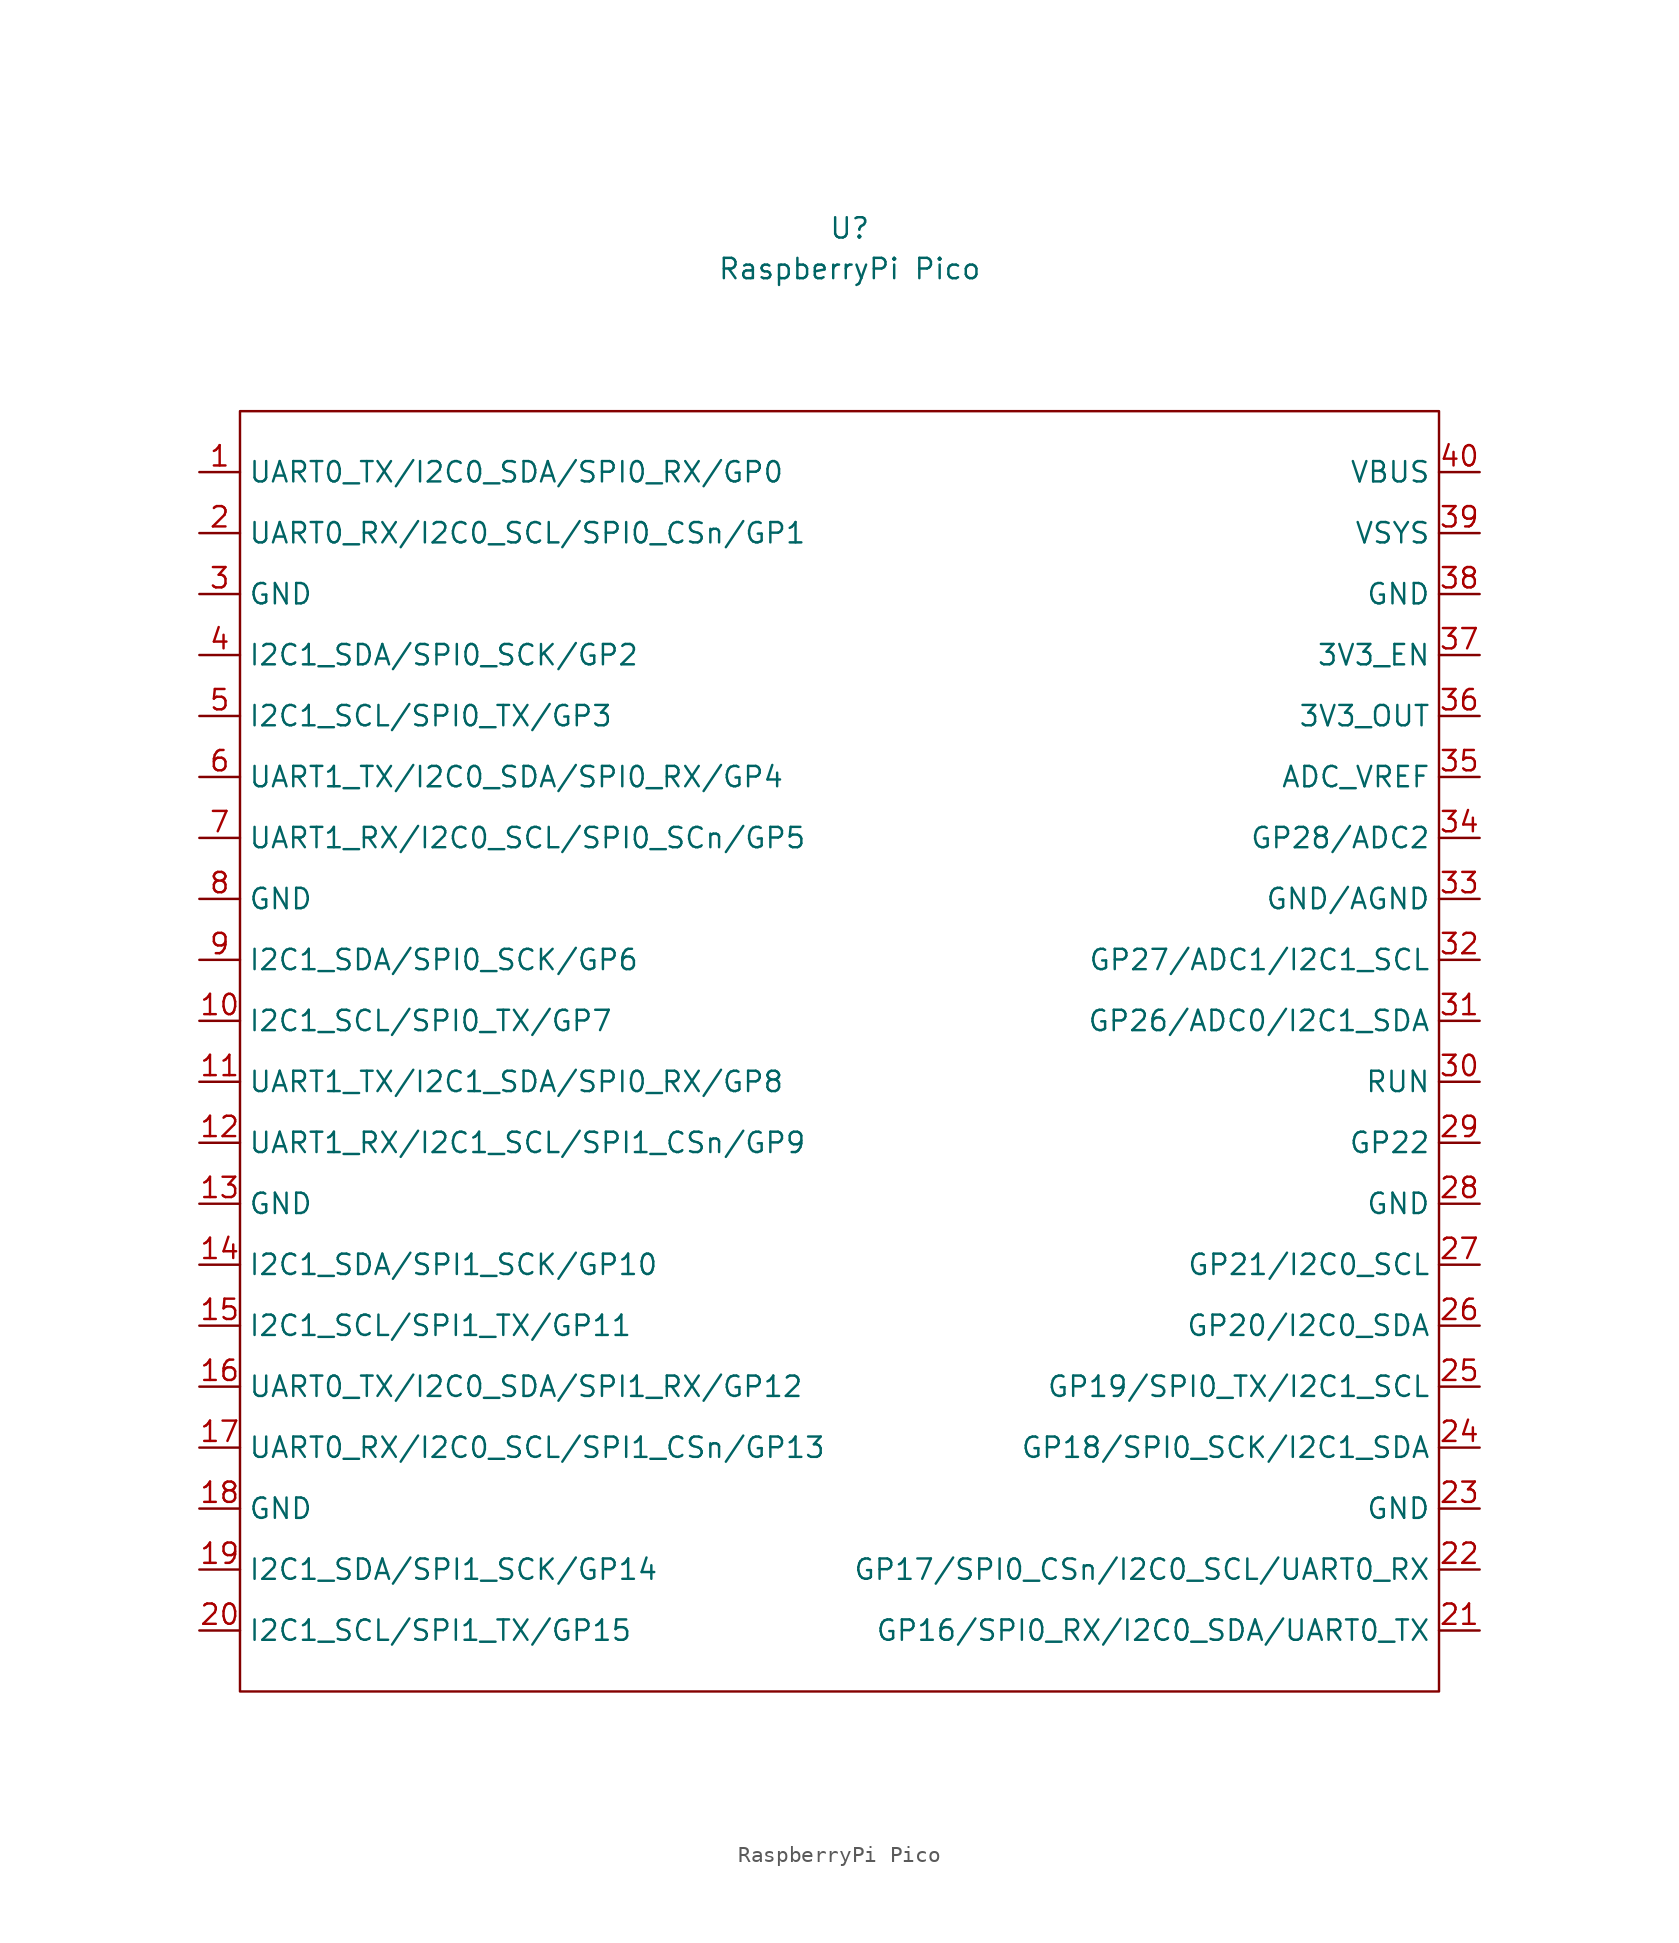
<source format=kicad_sym>
(kicad_symbol_lib
  (version 20211014)
  (generator kicad_symbol_editor)
  (symbol "RaspberryPi Pico"
    (property "Reference" "U"
      (at 0 0 0)
      (effects (font (size 1.27 1.27))))
    (property "Value" "RaspberryPi Pico"
      (at 0 -2.54 0)
      (effects (font (size 1.27 1.27))))
    (symbol "RaspberryPi Pico_0_1"
      (rectangle (start -38.1 -11.43) (end 36.83 -91.44) (stroke (width 0) (type default) (color 0 0 0 0)) (fill (type none))))
    (symbol "RaspberryPi Pico_1_1"
      (pin input line (at -40.64 -15.24 0) (length 2.54) (name "UART0_TX/I2C0_SDA/SPI0_RX/GP0" (effects (font (size 1.27 1.27)))) (number "1" (effects (font (size 1.27 1.27)))))
      (pin input line (at -40.64 -49.53 0) (length 2.54) (name "I2C1_SCL/SPI0_TX/GP7" (effects (font (size 1.27 1.27)))) (number "10" (effects (font (size 1.27 1.27)))))
      (pin input line (at -40.64 -53.34 0) (length 2.54) (name "UART1_TX/I2C1_SDA/SPI0_RX/GP8" (effects (font (size 1.27 1.27)))) (number "11" (effects (font (size 1.27 1.27)))))
      (pin input line (at -40.64 -57.15 0) (length 2.54) (name "UART1_RX/I2C1_SCL/SPI1_CSn/GP9" (effects (font (size 1.27 1.27)))) (number "12" (effects (font (size 1.27 1.27)))))
      (pin input line (at -40.64 -60.96 0) (length 2.54) (name "GND" (effects (font (size 1.27 1.27)))) (number "13" (effects (font (size 1.27 1.27)))))
      (pin input line (at -40.64 -64.77 0) (length 2.54) (name "I2C1_SDA/SPI1_SCK/GP10" (effects (font (size 1.27 1.27)))) (number "14" (effects (font (size 1.27 1.27)))))
      (pin input line (at -40.64 -68.58 0) (length 2.54) (name "I2C1_SCL/SPI1_TX/GP11" (effects (font (size 1.27 1.27)))) (number "15" (effects (font (size 1.27 1.27)))))
      (pin input line (at -40.64 -72.39 0) (length 2.54) (name "UART0_TX/I2C0_SDA/SPI1_RX/GP12" (effects (font (size 1.27 1.27)))) (number "16" (effects (font (size 1.27 1.27)))))
      (pin input line (at -40.64 -76.2 0) (length 2.54) (name "UART0_RX/I2C0_SCL/SPI1_CSn/GP13" (effects (font (size 1.27 1.27)))) (number "17" (effects (font (size 1.27 1.27)))))
      (pin input line (at -40.64 -80.01 0) (length 2.54) (name "GND" (effects (font (size 1.27 1.27)))) (number "18" (effects (font (size 1.27 1.27)))))
      (pin input line (at -40.64 -83.82 0) (length 2.54) (name "I2C1_SDA/SPI1_SCK/GP14" (effects (font (size 1.27 1.27)))) (number "19" (effects (font (size 1.27 1.27)))))
      (pin input line (at -40.64 -19.05 0) (length 2.54) (name "UART0_RX/I2C0_SCL/SPI0_CSn/GP1" (effects (font (size 1.27 1.27)))) (number "2" (effects (font (size 1.27 1.27)))))
      (pin input line (at -40.64 -87.63 0) (length 2.54) (name "I2C1_SCL/SPI1_TX/GP15" (effects (font (size 1.27 1.27)))) (number "20" (effects (font (size 1.27 1.27)))))
      (pin input line (at 39.37 -87.63 180) (length 2.54) (name "GP16/SPI0_RX/I2C0_SDA/UART0_TX" (effects (font (size 1.27 1.27)))) (number "21" (effects (font (size 1.27 1.27)))))
      (pin input line (at 39.37 -83.82 180) (length 2.54) (name "GP17/SPI0_CSn/I2C0_SCL/UART0_RX" (effects (font (size 1.27 1.27)))) (number "22" (effects (font (size 1.27 1.27)))))
      (pin input line (at 39.37 -80.01 180) (length 2.54) (name "GND" (effects (font (size 1.27 1.27)))) (number "23" (effects (font (size 1.27 1.27)))))
      (pin input line (at 39.37 -76.2 180) (length 2.54) (name "GP18/SPI0_SCK/I2C1_SDA" (effects (font (size 1.27 1.27)))) (number "24" (effects (font (size 1.27 1.27)))))
      (pin input line (at 39.37 -72.39 180) (length 2.54) (name "GP19/SPI0_TX/I2C1_SCL" (effects (font (size 1.27 1.27)))) (number "25" (effects (font (size 1.27 1.27)))))
      (pin input line (at 39.37 -68.58 180) (length 2.54) (name "GP20/I2C0_SDA" (effects (font (size 1.27 1.27)))) (number "26" (effects (font (size 1.27 1.27)))))
      (pin input line (at 39.37 -64.77 180) (length 2.54) (name "GP21/I2C0_SCL" (effects (font (size 1.27 1.27)))) (number "27" (effects (font (size 1.27 1.27)))))
      (pin input line (at 39.37 -60.96 180) (length 2.54) (name "GND" (effects (font (size 1.27 1.27)))) (number "28" (effects (font (size 1.27 1.27)))))
      (pin input line (at 39.37 -57.15 180) (length 2.54) (name "GP22" (effects (font (size 1.27 1.27)))) (number "29" (effects (font (size 1.27 1.27)))))
      (pin input line (at -40.64 -22.86 0) (length 2.54) (name "GND" (effects (font (size 1.27 1.27)))) (number "3" (effects (font (size 1.27 1.27)))))
      (pin input line (at 39.37 -53.34 180) (length 2.54) (name "RUN" (effects (font (size 1.27 1.27)))) (number "30" (effects (font (size 1.27 1.27)))))
      (pin input line (at 39.37 -49.53 180) (length 2.54) (name "GP26/ADC0/I2C1_SDA" (effects (font (size 1.27 1.27)))) (number "31" (effects (font (size 1.27 1.27)))))
      (pin input line (at 39.37 -45.72 180) (length 2.54) (name "GP27/ADC1/I2C1_SCL" (effects (font (size 1.27 1.27)))) (number "32" (effects (font (size 1.27 1.27)))))
      (pin input line (at 39.37 -41.91 180) (length 2.54) (name "GND/AGND" (effects (font (size 1.27 1.27)))) (number "33" (effects (font (size 1.27 1.27)))))
      (pin input line (at 39.37 -38.1 180) (length 2.54) (name "GP28/ADC2" (effects (font (size 1.27 1.27)))) (number "34" (effects (font (size 1.27 1.27)))))
      (pin input line (at 39.37 -34.29 180) (length 2.54) (name "ADC_VREF" (effects (font (size 1.27 1.27)))) (number "35" (effects (font (size 1.27 1.27)))))
      (pin input line (at 39.37 -30.48 180) (length 2.54) (name "3V3_OUT" (effects (font (size 1.27 1.27)))) (number "36" (effects (font (size 1.27 1.27)))))
      (pin input line (at 39.37 -26.67 180) (length 2.54) (name "3V3_EN" (effects (font (size 1.27 1.27)))) (number "37" (effects (font (size 1.27 1.27)))))
      (pin input line (at 39.37 -22.86 180) (length 2.54) (name "GND" (effects (font (size 1.27 1.27)))) (number "38" (effects (font (size 1.27 1.27)))))
      (pin input line (at 39.37 -19.05 180) (length 2.54) (name "VSYS" (effects (font (size 1.27 1.27)))) (number "39" (effects (font (size 1.27 1.27)))))
      (pin input line (at -40.64 -26.67 0) (length 2.54) (name "I2C1_SDA/SPI0_SCK/GP2" (effects (font (size 1.27 1.27)))) (number "4" (effects (font (size 1.27 1.27)))))
      (pin input line (at 39.37 -15.24 180) (length 2.54) (name "VBUS" (effects (font (size 1.27 1.27)))) (number "40" (effects (font (size 1.27 1.27)))))
      (pin input line (at -40.64 -30.48 0) (length 2.54) (name "I2C1_SCL/SPI0_TX/GP3" (effects (font (size 1.27 1.27)))) (number "5" (effects (font (size 1.27 1.27)))))
      (pin input line (at -40.64 -34.29 0) (length 2.54) (name "UART1_TX/I2C0_SDA/SPI0_RX/GP4" (effects (font (size 1.27 1.27)))) (number "6" (effects (font (size 1.27 1.27)))))
      (pin input line (at -40.64 -38.1 0) (length 2.54) (name "UART1_RX/I2C0_SCL/SPI0_SCn/GP5" (effects (font (size 1.27 1.27)))) (number "7" (effects (font (size 1.27 1.27)))))
      (pin input line (at -40.64 -41.91 0) (length 2.54) (name "GND" (effects (font (size 1.27 1.27)))) (number "8" (effects (font (size 1.27 1.27)))))
      (pin input line (at -40.64 -45.72 0) (length 2.54) (name "I2C1_SDA/SPI0_SCK/GP6" (effects (font (size 1.27 1.27)))) (number "9" (effects (font (size 1.27 1.27))))))))
</source>
